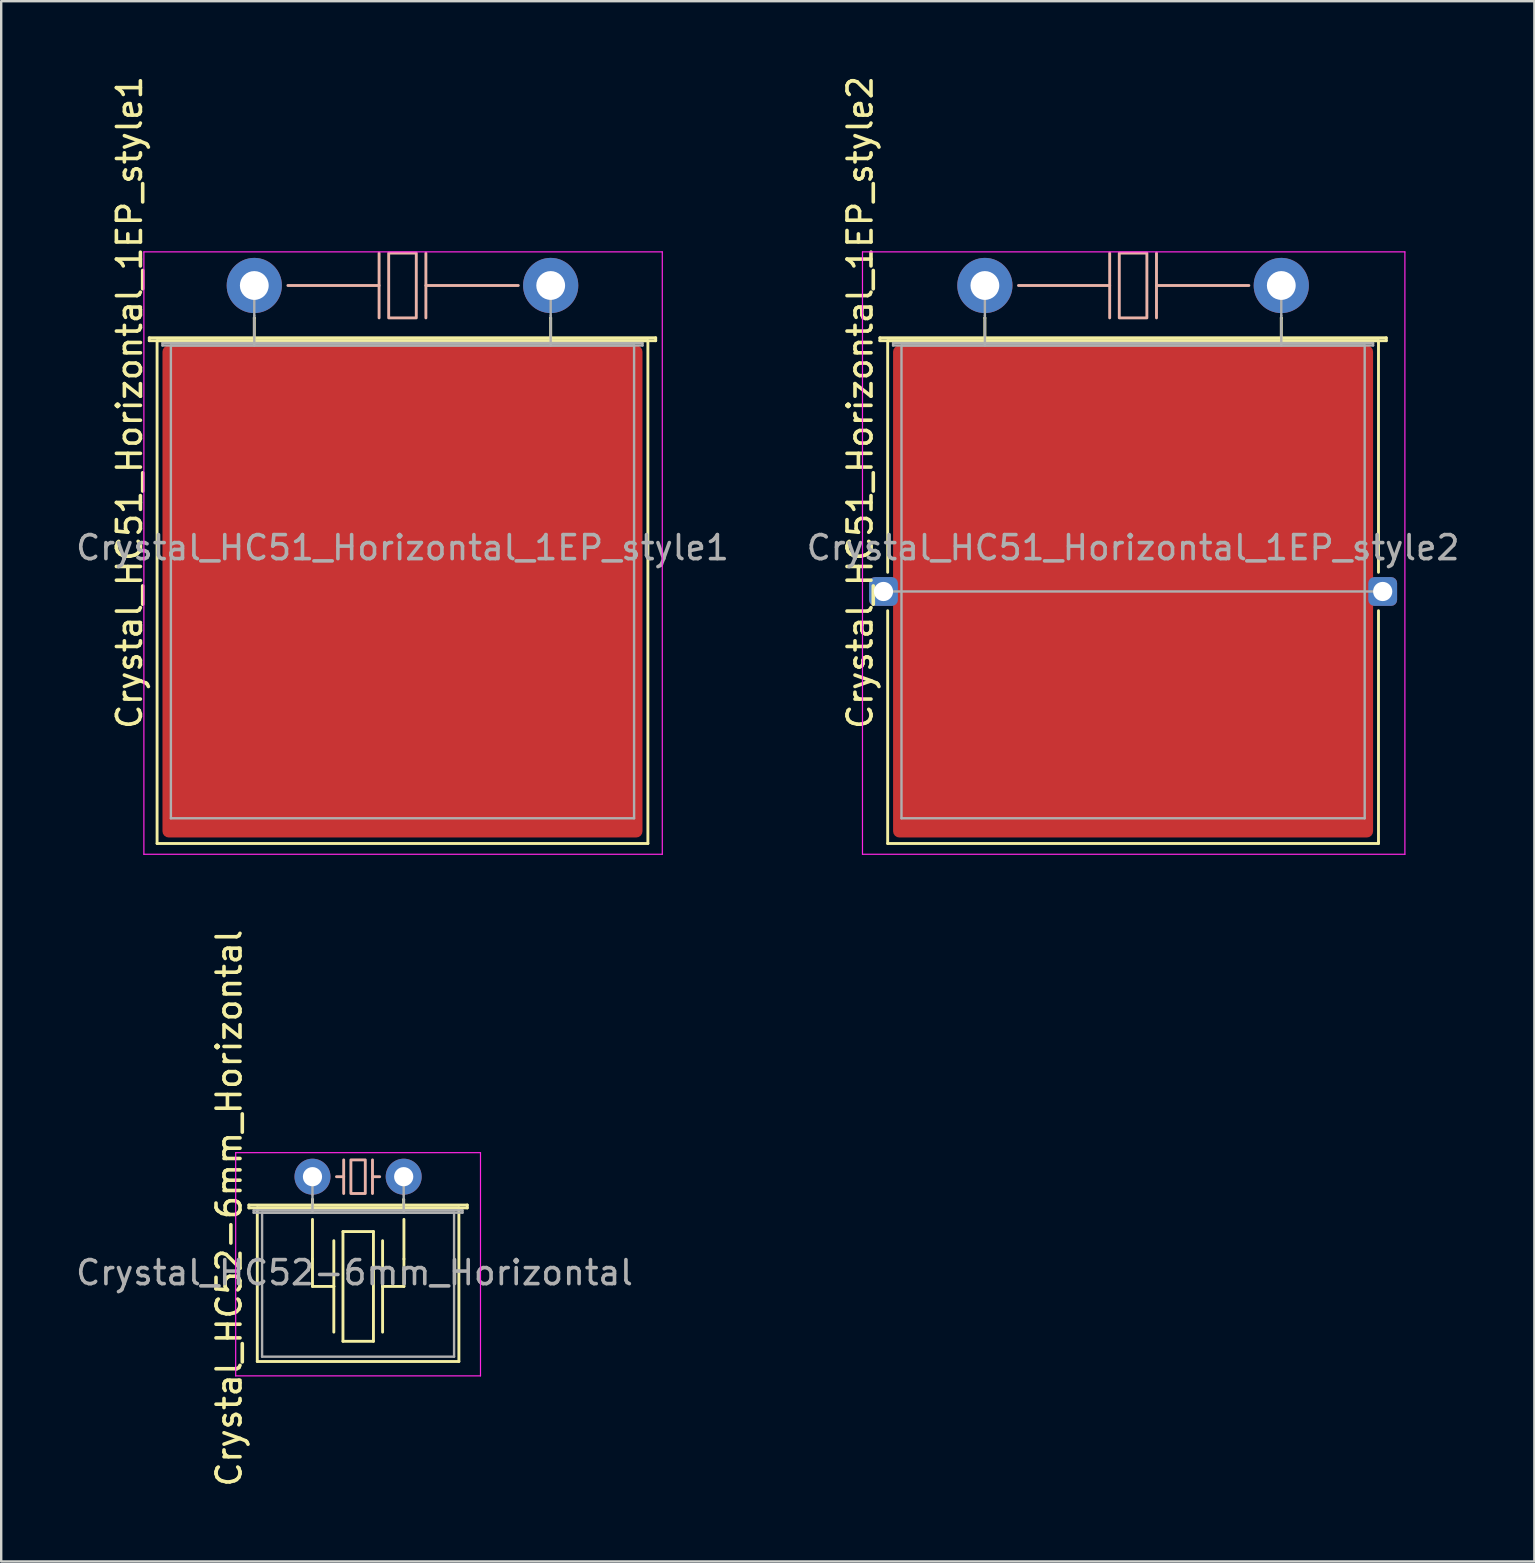
<source format=kicad_pcb>
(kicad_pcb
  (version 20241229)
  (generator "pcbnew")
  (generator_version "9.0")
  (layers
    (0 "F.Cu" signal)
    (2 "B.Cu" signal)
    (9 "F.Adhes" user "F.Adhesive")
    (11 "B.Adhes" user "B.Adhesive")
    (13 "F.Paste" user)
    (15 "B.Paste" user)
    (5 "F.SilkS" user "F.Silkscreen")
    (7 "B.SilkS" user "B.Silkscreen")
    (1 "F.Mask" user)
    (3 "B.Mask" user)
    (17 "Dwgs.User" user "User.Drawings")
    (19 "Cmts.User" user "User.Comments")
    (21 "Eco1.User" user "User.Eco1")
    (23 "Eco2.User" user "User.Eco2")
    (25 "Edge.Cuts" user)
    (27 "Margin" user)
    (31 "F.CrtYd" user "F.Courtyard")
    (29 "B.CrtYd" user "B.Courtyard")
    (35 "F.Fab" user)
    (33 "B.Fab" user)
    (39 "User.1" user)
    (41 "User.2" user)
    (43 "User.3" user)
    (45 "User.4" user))
  (footprint "Crystal_HC51_Horizontal_1EP_style2"
    (layer "F.Cu")
    (at 37.986 8.845)
    (property "Reference" "Crystal_HC51_Horizontal_1EP_style2" (at -5.2 4.875 90) (layer "F.SilkS") (effects (font (size 1 1) (thickness 0.15))))
    (attr through_hole)
    (fp_line (start -4.375 2.18) (end 16.725 2.18) (stroke (width 0.12) (type solid)) (layer "F.SilkS"))
    (fp_line (start -4.375 2.3) (end -4.375 2.18) (stroke (width 0.12) (type solid)) (layer "F.SilkS"))
    (fp_line (start -4.05 11.95) (end -4.05 2.3) (stroke (width 0.12) (type solid)) (layer "F.SilkS"))
    (fp_line (start -4.05 23.25) (end -4.05 13.55) (stroke (width 0.12) (type solid)) (layer "F.SilkS"))
    (fp_line (start -4.025 2.3) (end 16.375 2.3) (stroke (width 0.12) (type solid)) (layer "F.SilkS"))
    (fp_line (start 0 1.35) (end 0 1.35) (stroke (width 0.12) (type solid)) (layer "F.SilkS"))
    (fp_line (start 0 2.3) (end 0 1.35) (stroke (width 0.12) (type solid)) (layer "F.SilkS"))
    (fp_line (start 12.35 1.35) (end 12.35 1.35) (stroke (width 0.12) (type solid)) (layer "F.SilkS"))
    (fp_line (start 12.35 2.3) (end 12.35 1.35) (stroke (width 0.12) (type solid)) (layer "F.SilkS"))
    (fp_line (start 16.4 2.3) (end 16.4 11.95) (stroke (width 0.12) (type solid)) (layer "F.SilkS"))
    (fp_line (start 16.4 13.55) (end 16.4 23.2) (stroke (width 0.12) (type solid)) (layer "F.SilkS"))
    (fp_line (start 16.4 23.2) (end 16.4 23.25) (stroke (width 0.12) (type solid)) (layer "F.SilkS"))
    (fp_line (start 16.4 23.25) (end -4.05 23.25) (stroke (width 0.12) (type solid)) (layer "F.SilkS"))
    (fp_line (start 16.725 2.18) (end 16.725 2.3) (stroke (width 0.12) (type solid)) (layer "F.SilkS"))
    (fp_line (start 16.725 2.3) (end -4.375 2.3) (stroke (width 0.12) (type solid)) (layer "F.SilkS"))
    (fp_line (start 5.2 -1.35) (end 5.2 1.35) (stroke (width 0.12) (type solid)) (layer "B.SilkS"))
    (fp_line (start 5.2 0) (end 1.4 0) (stroke (width 0.12) (type solid)) (layer "B.SilkS"))
    (fp_line (start 7.15 -1.35) (end 7.15 1.35) (stroke (width 0.12) (type solid)) (layer "B.SilkS"))
    (fp_line (start 7.15 0) (end 11 0) (stroke (width 0.12) (type solid)) (layer "B.SilkS"))
    (fp_rect (start 5.6 -1.35) (end 6.75 1.35) (stroke (width 0.12) (type solid)) (fill no) (layer "B.SilkS"))
    (fp_line (start -5.1 -1.4) (end -5.1 23.7) (stroke (width 0.05) (type solid)) (layer "F.CrtYd"))
    (fp_line (start -5.1 23.7) (end 17.5 23.7) (stroke (width 0.05) (type solid)) (layer "F.CrtYd"))
    (fp_line (start 17.5 -1.4) (end -5.1 -1.4) (stroke (width 0.05) (type solid)) (layer "F.CrtYd"))
    (fp_line (start 17.5 23.7) (end 17.5 -1.4) (stroke (width 0.05) (type solid)) (layer "F.CrtYd"))
    (fp_line (start -4.225 12.75) (end 16.575 12.75) (stroke (width 0.1) (type solid)) (layer "F.Fab"))
    (fp_line (start -3.825 2.4) (end 16.175 2.4) (stroke (width 0.1) (type solid)) (layer "F.Fab"))
    (fp_line (start -3.825 2.5) (end -3.825 2.4) (stroke (width 0.1) (type solid)) (layer "F.Fab"))
    (fp_line (start -3.475 2.5) (end -3.475 22.2) (stroke (width 0.1) (type solid)) (layer "F.Fab"))
    (fp_line (start -3.475 22.2) (end 15.825 22.2) (stroke (width 0.1) (type solid)) (layer "F.Fab"))
    (fp_line (start 0 1.25) (end 0 0) (stroke (width 0.1) (type solid)) (layer "F.Fab"))
    (fp_line (start 0 2.5) (end 0 1.25) (stroke (width 0.1) (type solid)) (layer "F.Fab"))
    (fp_line (start 12.35 1.25) (end 12.35 0) (stroke (width 0.1) (type solid)) (layer "F.Fab"))
    (fp_line (start 12.35 2.5) (end 12.35 1.25) (stroke (width 0.1) (type solid)) (layer "F.Fab"))
    (fp_line (start 15.825 2.5) (end -3.475 2.5) (stroke (width 0.1) (type solid)) (layer "F.Fab"))
    (fp_line (start 15.825 22.2) (end 15.825 2.5) (stroke (width 0.1) (type solid)) (layer "F.Fab"))
    (fp_line (start 16.175 2.4) (end 16.175 2.5) (stroke (width 0.1) (type solid)) (layer "F.Fab"))
    (fp_line (start 16.175 2.5) (end -3.825 2.5) (stroke (width 0.1) (type solid)) (layer "F.Fab"))
    (fp_text user "${REFERENCE}" (at 6.175 10.925 0) (layer "F.Fab") (effects (font (size 1 1) (thickness 0.15))))
    (pad "1" thru_hole circle (at 0 0) (size 2.3 2.3) (drill 1.2) (layers "*.Cu" "*.Mask"))
    (pad "2" thru_hole circle (at 12.35 0) (size 2.3 2.3) (drill 1.2) (layers "*.Cu" "*.Mask"))
    (pad "3" thru_hole roundrect (at -4.225 12.75) (size 1.2 1.2) (drill 0.8) (layers "*.Cu" "*.Mask") (roundrect_rratio 0.208))
    (pad "3" smd roundrect (at 6.175 12.75) (size 20 20.5) (layers "F.Cu" "F.Mask" "F.Paste") (roundrect_rratio 0.013))
    (pad "3" thru_hole roundrect (at 16.575 12.75) (size 1.2 1.2) (drill 0.8) (layers "*.Cu" "*.Mask") (roundrect_rratio 0.208)))
  (footprint "Crystal_HC52-6mm_Horizontal"
    (layer "F.Cu")
    (at 9.97 45.978)
    (property "Reference" "Crystal_HC52-6mm_Horizontal" (at -3.475 1.312 90) (layer "F.SilkS") (effects (font (size 1 1) (thickness 0.15))))
    (attr through_hole)
    (fp_line (start -2.65 1.18) (end 6.45 1.18) (stroke (width 0.12) (type solid)) (layer "F.SilkS"))
    (fp_line (start -2.65 1.3) (end -2.65 1.18) (stroke (width 0.12) (type solid)) (layer "F.SilkS"))
    (fp_line (start -2.3 1.3) (end -2.3 7.7) (stroke (width 0.12) (type solid)) (layer "F.SilkS"))
    (fp_line (start -2.3 7.7) (end 6.1 7.7) (stroke (width 0.12) (type solid)) (layer "F.SilkS"))
    (fp_line (start 0 0.95) (end 0 0.95) (stroke (width 0.12) (type solid)) (layer "F.SilkS"))
    (fp_line (start 0 1.3) (end 0 0.95) (stroke (width 0.12) (type solid)) (layer "F.SilkS"))
    (fp_line (start 0 1.778) (end 0 3.429) (stroke (width 0.12) (type solid)) (layer "F.SilkS"))
    (fp_line (start 0 3.429) (end 0 4.572) (stroke (width 0.12) (type solid)) (layer "F.SilkS"))
    (fp_line (start 0 4.572) (end 0.889 4.572) (stroke (width 0.12) (type solid)) (layer "F.SilkS"))
    (fp_line (start 0.889 4.572) (end 0.889 2.667) (stroke (width 0.12) (type solid)) (layer "F.SilkS"))
    (fp_line (start 0.889 6.477) (end 0.889 4.572) (stroke (width 0.12) (type solid)) (layer "F.SilkS"))
    (fp_line (start 1.27 2.286) (end 1.27 6.858) (stroke (width 0.12) (type solid)) (layer "F.SilkS"))
    (fp_line (start 1.27 6.858) (end 2.54 6.858) (stroke (width 0.12) (type solid)) (layer "F.SilkS"))
    (fp_line (start 2.54 2.286) (end 1.27 2.286) (stroke (width 0.12) (type solid)) (layer "F.SilkS"))
    (fp_line (start 2.54 6.858) (end 2.54 2.286) (stroke (width 0.12) (type solid)) (layer "F.SilkS"))
    (fp_line (start 2.921 2.667) (end 2.921 4.572) (stroke (width 0.12) (type solid)) (layer "F.SilkS"))
    (fp_line (start 2.921 4.572) (end 2.921 6.477) (stroke (width 0.12) (type solid)) (layer "F.SilkS"))
    (fp_line (start 3.8 0.95) (end 3.8 0.95) (stroke (width 0.12) (type solid)) (layer "F.SilkS"))
    (fp_line (start 3.8 1.3) (end 3.8 0.95) (stroke (width 0.12) (type solid)) (layer "F.SilkS"))
    (fp_line (start 3.81 1.778) (end 3.81 3.429) (stroke (width 0.12) (type solid)) (layer "F.SilkS"))
    (fp_line (start 3.81 3.429) (end 3.81 4.572) (stroke (width 0.12) (type solid)) (layer "F.SilkS"))
    (fp_line (start 3.81 4.572) (end 2.921 4.572) (stroke (width 0.12) (type solid)) (layer "F.SilkS"))
    (fp_line (start 6.1 1.3) (end -2.3 1.3) (stroke (width 0.12) (type solid)) (layer "F.SilkS"))
    (fp_line (start 6.1 7.7) (end 6.1 1.3) (stroke (width 0.12) (type solid)) (layer "F.SilkS"))
    (fp_line (start 6.45 1.18) (end 6.45 1.3) (stroke (width 0.12) (type solid)) (layer "F.SilkS"))
    (fp_line (start 6.45 1.3) (end -2.65 1.3) (stroke (width 0.12) (type solid)) (layer "F.SilkS"))
    (fp_line (start 1.3 -0.7) (end 1.3 0.7) (stroke (width 0.12) (type solid)) (layer "B.SilkS"))
    (fp_line (start 1.3 0) (end 1 0) (stroke (width 0.12) (type solid)) (layer "B.SilkS"))
    (fp_line (start 2.5 -0.7) (end 2.5 0.7) (stroke (width 0.12) (type solid)) (layer "B.SilkS"))
    (fp_line (start 2.5 0) (end 2.8 0) (stroke (width 0.12) (type solid)) (layer "B.SilkS"))
    (fp_rect (start 1.6 -0.7) (end 2.2 0.7) (stroke (width 0.12) (type solid)) (fill no) (layer "B.SilkS"))
    (fp_line (start -3.2 -1) (end -3.2 8.3) (stroke (width 0.05) (type solid)) (layer "F.CrtYd"))
    (fp_line (start -3.2 8.3) (end 7 8.3) (stroke (width 0.05) (type solid)) (layer "F.CrtYd"))
    (fp_line (start 7 -1) (end -3.2 -1) (stroke (width 0.05) (type solid)) (layer "F.CrtYd"))
    (fp_line (start 7 8.3) (end 7 -1) (stroke (width 0.05) (type solid)) (layer "F.CrtYd"))
    (fp_line (start -2.45 1.4) (end 6.25 1.4) (stroke (width 0.1) (type solid)) (layer "F.Fab"))
    (fp_line (start -2.45 1.5) (end -2.45 1.4) (stroke (width 0.1) (type solid)) (layer "F.Fab"))
    (fp_line (start -2.1 1.5) (end -2.1 7.5) (stroke (width 0.1) (type solid)) (layer "F.Fab"))
    (fp_line (start -2.1 7.5) (end 5.9 7.5) (stroke (width 0.1) (type solid)) (layer "F.Fab"))
    (fp_line (start 0 0.75) (end 0 0) (stroke (width 0.1) (type solid)) (layer "F.Fab"))
    (fp_line (start 0 1.5) (end 0 0.75) (stroke (width 0.1) (type solid)) (layer "F.Fab"))
    (fp_line (start 3.8 0.75) (end 3.8 0) (stroke (width 0.1) (type solid)) (layer "F.Fab"))
    (fp_line (start 3.8 1.5) (end 3.8 0.75) (stroke (width 0.1) (type solid)) (layer "F.Fab"))
    (fp_line (start 5.9 1.5) (end -2.1 1.5) (stroke (width 0.1) (type solid)) (layer "F.Fab"))
    (fp_line (start 5.9 7.5) (end 5.9 1.5) (stroke (width 0.1) (type solid)) (layer "F.Fab"))
    (fp_line (start 6.25 1.4) (end 6.25 1.5) (stroke (width 0.1) (type solid)) (layer "F.Fab"))
    (fp_line (start 6.25 1.5) (end -2.45 1.5) (stroke (width 0.1) (type solid)) (layer "F.Fab"))
    (fp_text user "${REFERENCE}" (at 1.75 4 0) (layer "F.Fab") (effects (font (size 1 1) (thickness 0.15))))
    (pad "1" thru_hole circle (at 0 0) (size 1.5 1.5) (drill 0.8) (layers "*.Cu" "*.Mask"))
    (pad "2" thru_hole circle (at 3.8 0) (size 1.5 1.5) (drill 0.8) (layers "*.Cu" "*.Mask")))
  (footprint "Crystal_HC51_Horizontal_1EP_style1"
    (layer "F.Cu")
    (at 7.545 8.845)
    (property "Reference" "Crystal_HC51_Horizontal_1EP_style1" (at -5.2 4.875 90) (layer "F.SilkS") (effects (font (size 1 1) (thickness 0.15))))
    (attr through_hole)
    (fp_line (start -4.375 2.18) (end 16.725 2.18) (stroke (width 0.12) (type solid)) (layer "F.SilkS"))
    (fp_line (start -4.375 2.3) (end -4.375 2.18) (stroke (width 0.12) (type solid)) (layer "F.SilkS"))
    (fp_line (start -4.05 2.3) (end -4.05 23.25) (stroke (width 0.12) (type solid)) (layer "F.SilkS"))
    (fp_line (start -4.05 23.25) (end 16.4 23.25) (stroke (width 0.12) (type solid)) (layer "F.SilkS"))
    (fp_line (start 0 1.35) (end 0 1.35) (stroke (width 0.12) (type solid)) (layer "F.SilkS"))
    (fp_line (start 0 2.3) (end 0 1.35) (stroke (width 0.12) (type solid)) (layer "F.SilkS"))
    (fp_line (start 12.35 1.35) (end 12.35 1.35) (stroke (width 0.12) (type solid)) (layer "F.SilkS"))
    (fp_line (start 12.35 2.3) (end 12.35 1.35) (stroke (width 0.12) (type solid)) (layer "F.SilkS"))
    (fp_line (start 16.375 2.3) (end -4.025 2.3) (stroke (width 0.12) (type solid)) (layer "F.SilkS"))
    (fp_line (start 16.4 23.25) (end 16.4 2.3) (stroke (width 0.12) (type solid)) (layer "F.SilkS"))
    (fp_line (start 16.725 2.18) (end 16.725 2.3) (stroke (width 0.12) (type solid)) (layer "F.SilkS"))
    (fp_line (start 16.725 2.3) (end -4.375 2.3) (stroke (width 0.12) (type solid)) (layer "F.SilkS"))
    (fp_line (start 5.2 -1.35) (end 5.2 1.35) (stroke (width 0.12) (type solid)) (layer "B.SilkS"))
    (fp_line (start 5.2 0) (end 1.4 0) (stroke (width 0.12) (type solid)) (layer "B.SilkS"))
    (fp_line (start 7.15 -1.35) (end 7.15 1.35) (stroke (width 0.12) (type solid)) (layer "B.SilkS"))
    (fp_line (start 7.15 0) (end 11 0) (stroke (width 0.12) (type solid)) (layer "B.SilkS"))
    (fp_rect (start 5.6 -1.35) (end 6.75 1.35) (stroke (width 0.12) (type solid)) (fill no) (layer "B.SilkS"))
    (fp_line (start -4.6 -1.4) (end -4.6 23.7) (stroke (width 0.05) (type solid)) (layer "F.CrtYd"))
    (fp_line (start -4.6 23.7) (end 17 23.7) (stroke (width 0.05) (type solid)) (layer "F.CrtYd"))
    (fp_line (start 17 -1.4) (end -4.6 -1.4) (stroke (width 0.05) (type solid)) (layer "F.CrtYd"))
    (fp_line (start 17 23.7) (end 17 -1.4) (stroke (width 0.05) (type solid)) (layer "F.CrtYd"))
    (fp_line (start -3.825 2.4) (end 16.175 2.4) (stroke (width 0.1) (type solid)) (layer "F.Fab"))
    (fp_line (start -3.825 2.5) (end -3.825 2.4) (stroke (width 0.1) (type solid)) (layer "F.Fab"))
    (fp_line (start -3.475 2.5) (end -3.475 22.2) (stroke (width 0.1) (type solid)) (layer "F.Fab"))
    (fp_line (start -3.475 22.2) (end 15.825 22.2) (stroke (width 0.1) (type solid)) (layer "F.Fab"))
    (fp_line (start 0 1.25) (end 0 0) (stroke (width 0.1) (type solid)) (layer "F.Fab"))
    (fp_line (start 0 2.5) (end 0 1.25) (stroke (width 0.1) (type solid)) (layer "F.Fab"))
    (fp_line (start 12.35 1.25) (end 12.35 0) (stroke (width 0.1) (type solid)) (layer "F.Fab"))
    (fp_line (start 12.35 2.5) (end 12.35 1.25) (stroke (width 0.1) (type solid)) (layer "F.Fab"))
    (fp_line (start 15.825 2.5) (end -3.475 2.5) (stroke (width 0.1) (type solid)) (layer "F.Fab"))
    (fp_line (start 15.825 22.2) (end 15.825 2.5) (stroke (width 0.1) (type solid)) (layer "F.Fab"))
    (fp_line (start 16.175 2.4) (end 16.175 2.5) (stroke (width 0.1) (type solid)) (layer "F.Fab"))
    (fp_line (start 16.175 2.5) (end -3.825 2.5) (stroke (width 0.1) (type solid)) (layer "F.Fab"))
    (fp_text user "${REFERENCE}" (at 6.175 10.925 0) (layer "F.Fab") (effects (font (size 1 1) (thickness 0.15))))
    (pad "1" thru_hole circle (at 0 0) (size 2.3 2.3) (drill 1.2) (layers "*.Cu" "*.Mask"))
    (pad "2" thru_hole circle (at 12.35 0) (size 2.3 2.3) (drill 1.2) (layers "*.Cu" "*.Mask"))
    (pad "3" smd roundrect (at 6.175 12.75) (size 20 20.5) (layers "F.Cu" "F.Mask" "F.Paste") (roundrect_rratio 0.013)))
  (gr_rect
    (start -3 -3)
    (end 60.881 62.011)
    (stroke (width 0.1) (type default))
    (fill no)
    (layer "Edge.Cuts")))
</source>
